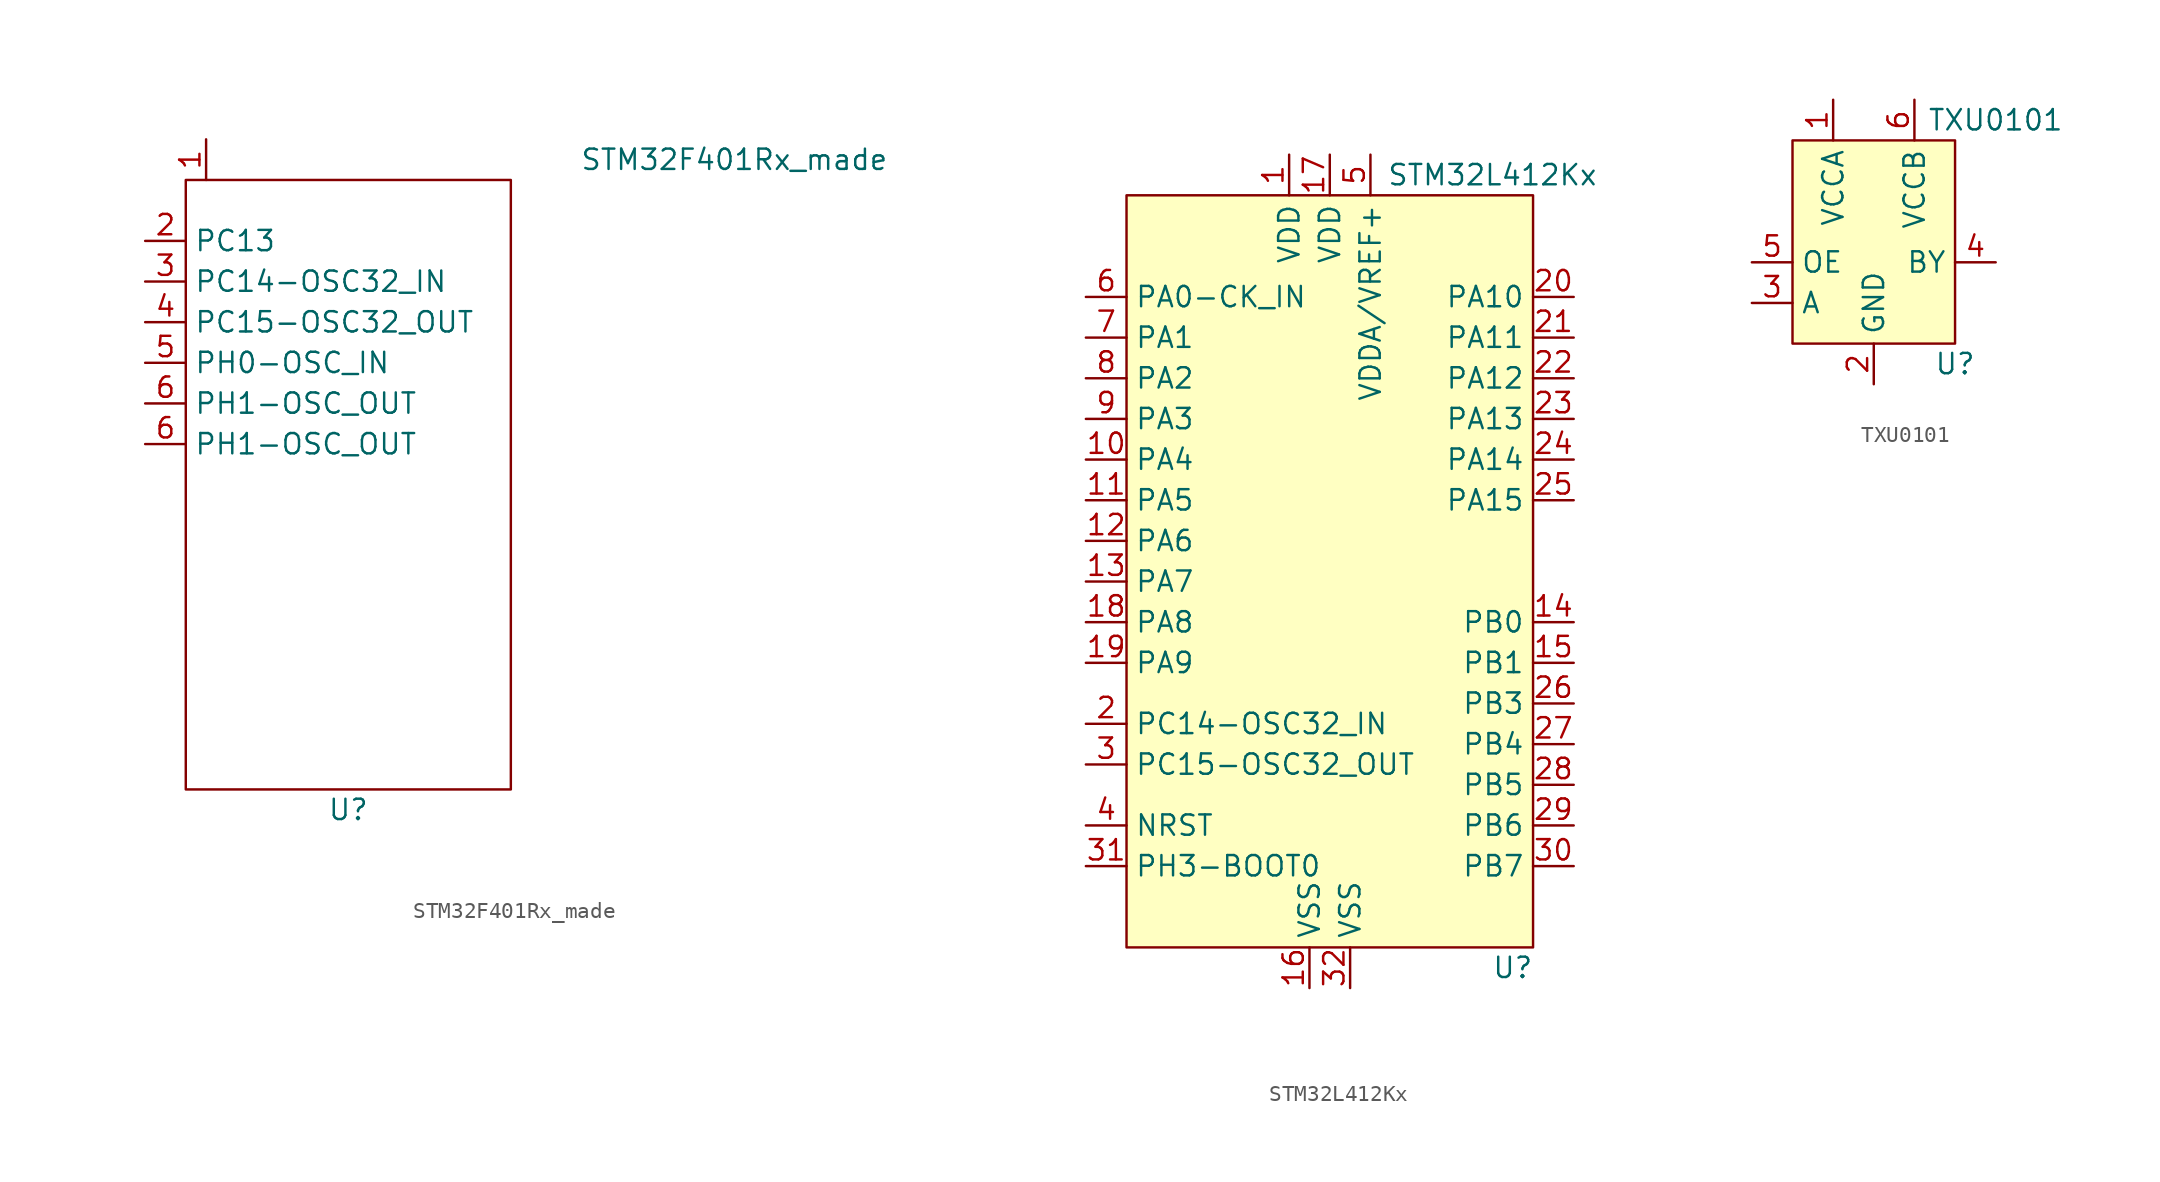
<source format=kicad_sym>
(kicad_symbol_lib
  (version 20211014)
  (generator kicad_symbol_editor)
  (symbol "STM32F401Rx_made"
    (property "Reference" "U"
      (at 0 -19.05 0)
      (effects (font (size 1.27 1.27))))
    (property "Value" "STM32F401Rx_made"
      (at 24.13 21.59 0)
      (effects (font (size 1.27 1.27))))
    (symbol "STM32F401Rx_made_0_1"
      (rectangle (start -10.16 20.32) (end 10.16 -17.78) (stroke (width 0) (type default) (color 0 0 0 0)) (fill (type none))))
    (symbol "STM32F401Rx_made_1_1"
      (pin power_in line (at -8.89 22.86 270) (length 2.54) (name "" (effects (font (size 1.27 1.27)))) (number "1" (effects (font (size 1.27 1.27)))))
      (pin bidirectional line (at -12.7 16.51 0) (length 2.54) (name "PC13" (effects (font (size 1.27 1.27)))) (number "2" (effects (font (size 1.27 1.27)))))
      (pin bidirectional line (at -12.7 13.97 0) (length 2.54) (name "PC14-OSC32_IN" (effects (font (size 1.27 1.27)))) (number "3" (effects (font (size 1.27 1.27)))))
      (pin bidirectional line (at -12.7 11.43 0) (length 2.54) (name "PC15-OSC32_OUT" (effects (font (size 1.27 1.27)))) (number "4" (effects (font (size 1.27 1.27)))))
      (pin bidirectional line (at -12.7 8.89 0) (length 2.54) (name "PH0-OSC_IN" (effects (font (size 1.27 1.27)))) (number "5" (effects (font (size 1.27 1.27)))))
      (pin bidirectional line (at -12.7 3.81 0) (length 2.54) (name "PH1-OSC_OUT" (effects (font (size 1.27 1.27)))) (number "6" (effects (font (size 1.27 1.27)))))
      (pin bidirectional line (at -12.7 6.35 0) (length 2.54) (name "PH1-OSC_OUT" (effects (font (size 1.27 1.27)))) (number "6" (effects (font (size 1.27 1.27)))))))
  (symbol "STM32L412Kx"
    (property "Reference" "U"
      (at 11.43 -26.67 0)
      (effects (font (size 1.27 1.27))))
    (property "Value" "STM32L412Kx"
      (at 10.16 22.86 0)
      (effects (font (size 1.27 1.27))))
    (symbol "STM32L412Kx_0_1"
      (rectangle (start -12.7 21.59) (end 12.7 -25.4) (stroke (width 0) (type default) (color 0 0 0 0)) (fill (type background))))
    (symbol "STM32L412Kx_1_1"
      (pin power_in line (at -2.54 24.13 270) (length 2.54) (name "VDD" (effects (font (size 1.27 1.27)))) (number "1" (effects (font (size 1.27 1.27)))))
      (pin bidirectional line (at -15.24 5.08 0) (length 2.54) (name "PA4" (effects (font (size 1.27 1.27)))) (number "10" (effects (font (size 1.27 1.27)))))
      (pin bidirectional line (at -15.24 2.54 0) (length 2.54) (name "PA5" (effects (font (size 1.27 1.27)))) (number "11" (effects (font (size 1.27 1.27)))))
      (pin bidirectional line (at -15.24 0 0) (length 2.54) (name "PA6" (effects (font (size 1.27 1.27)))) (number "12" (effects (font (size 1.27 1.27)))))
      (pin bidirectional line (at -15.24 -2.54 0) (length 2.54) (name "PA7" (effects (font (size 1.27 1.27)))) (number "13" (effects (font (size 1.27 1.27)))))
      (pin bidirectional line (at 15.24 -5.08 180) (length 2.54) (name "PB0" (effects (font (size 1.27 1.27)))) (number "14" (effects (font (size 1.27 1.27)))))
      (pin bidirectional line (at 15.24 -7.62 180) (length 2.54) (name "PB1" (effects (font (size 1.27 1.27)))) (number "15" (effects (font (size 1.27 1.27)))))
      (pin power_in line (at -1.27 -27.94 90) (length 2.54) (name "VSS" (effects (font (size 1.27 1.27)))) (number "16" (effects (font (size 1.27 1.27)))))
      (pin power_in line (at 0 24.13 270) (length 2.54) (name "VDD" (effects (font (size 1.27 1.27)))) (number "17" (effects (font (size 1.27 1.27)))))
      (pin bidirectional line (at -15.24 -5.08 0) (length 2.54) (name "PA8" (effects (font (size 1.27 1.27)))) (number "18" (effects (font (size 1.27 1.27)))))
      (pin bidirectional line (at -15.24 -7.62 0) (length 2.54) (name "PA9" (effects (font (size 1.27 1.27)))) (number "19" (effects (font (size 1.27 1.27)))))
      (pin input line (at -15.24 -11.43 0) (length 2.54) (name "PC14-OSC32_IN" (effects (font (size 1.27 1.27)))) (number "2" (effects (font (size 1.27 1.27)))))
      (pin bidirectional line (at 15.24 15.24 180) (length 2.54) (name "PA10" (effects (font (size 1.27 1.27)))) (number "20" (effects (font (size 1.27 1.27)))))
      (pin bidirectional line (at 15.24 12.7 180) (length 2.54) (name "PA11" (effects (font (size 1.27 1.27)))) (number "21" (effects (font (size 1.27 1.27)))))
      (pin bidirectional line (at 15.24 10.16 180) (length 2.54) (name "PA12" (effects (font (size 1.27 1.27)))) (number "22" (effects (font (size 1.27 1.27)))))
      (pin bidirectional line (at 15.24 7.62 180) (length 2.54) (name "PA13" (effects (font (size 1.27 1.27)))) (number "23" (effects (font (size 1.27 1.27)))))
      (pin bidirectional line (at 15.24 5.08 180) (length 2.54) (name "PA14" (effects (font (size 1.27 1.27)))) (number "24" (effects (font (size 1.27 1.27)))))
      (pin bidirectional line (at 15.24 2.54 180) (length 2.54) (name "PA15" (effects (font (size 1.27 1.27)))) (number "25" (effects (font (size 1.27 1.27)))))
      (pin bidirectional line (at 15.24 -10.16 180) (length 2.54) (name "PB3" (effects (font (size 1.27 1.27)))) (number "26" (effects (font (size 1.27 1.27)))))
      (pin bidirectional line (at 15.24 -12.7 180) (length 2.54) (name "PB4" (effects (font (size 1.27 1.27)))) (number "27" (effects (font (size 1.27 1.27)))))
      (pin bidirectional line (at 15.24 -15.24 180) (length 2.54) (name "PB5" (effects (font (size 1.27 1.27)))) (number "28" (effects (font (size 1.27 1.27)))))
      (pin bidirectional line (at 15.24 -17.78 180) (length 2.54) (name "PB6" (effects (font (size 1.27 1.27)))) (number "29" (effects (font (size 1.27 1.27)))))
      (pin output line (at -15.24 -13.97 0) (length 2.54) (name "PC15-OSC32_OUT" (effects (font (size 1.27 1.27)))) (number "3" (effects (font (size 1.27 1.27)))))
      (pin bidirectional line (at 15.24 -20.32 180) (length 2.54) (name "PB7" (effects (font (size 1.27 1.27)))) (number "30" (effects (font (size 1.27 1.27)))))
      (pin input line (at -15.24 -20.32 0) (length 2.54) (name "PH3-BOOT0" (effects (font (size 1.27 1.27)))) (number "31" (effects (font (size 1.27 1.27)))))
      (pin power_in line (at 1.27 -27.94 90) (length 2.54) (name "VSS" (effects (font (size 1.27 1.27)))) (number "32" (effects (font (size 1.27 1.27)))))
      (pin input line (at -15.24 -17.78 0) (length 2.54) (name "NRST" (effects (font (size 1.27 1.27)))) (number "4" (effects (font (size 1.27 1.27)))))
      (pin power_in line (at 2.54 24.13 270) (length 2.54) (name "VDDA/VREF+" (effects (font (size 1.27 1.27)))) (number "5" (effects (font (size 1.27 1.27)))))
      (pin bidirectional line (at -15.24 15.24 0) (length 2.54) (name "PA0-CK_IN" (effects (font (size 1.27 1.27)))) (number "6" (effects (font (size 1.27 1.27)))))
      (pin bidirectional line (at -15.24 12.7 0) (length 2.54) (name "PA1" (effects (font (size 1.27 1.27)))) (number "7" (effects (font (size 1.27 1.27)))))
      (pin bidirectional line (at -15.24 10.16 0) (length 2.54) (name "PA2" (effects (font (size 1.27 1.27)))) (number "8" (effects (font (size 1.27 1.27)))))
      (pin bidirectional line (at -15.24 7.62 0) (length 2.54) (name "PA3" (effects (font (size 1.27 1.27)))) (number "9" (effects (font (size 1.27 1.27)))))))
  (symbol "TXU0101"
    (property "Reference" "U"
      (at 5.08 -7.62 0)
      (effects (font (size 1.27 1.27))))
    (property "Value" "TXU0101"
      (at 7.62 7.62 0)
      (effects (font (size 1.27 1.27))))
    (symbol "TXU0101_0_1"
      (rectangle (start -5.08 6.35) (end 5.08 -6.35) (stroke (width 0) (type default) (color 0 0 0 0)) (fill (type background))))
    (symbol "TXU0101_1_1"
      (pin power_in line (at -2.54 8.89 270) (length 2.54) (name "VCCA" (effects (font (size 1.27 1.27)))) (number "1" (effects (font (size 1.27 1.27)))))
      (pin power_in line (at 0 -8.89 90) (length 2.54) (name "GND" (effects (font (size 1.27 1.27)))) (number "2" (effects (font (size 1.27 1.27)))))
      (pin input line (at -7.62 -3.81 0) (length 2.54) (name "A" (effects (font (size 1.27 1.27)))) (number "3" (effects (font (size 1.27 1.27)))))
      (pin output line (at 7.62 -1.27 180) (length 2.54) (name "BY" (effects (font (size 1.27 1.27)))) (number "4" (effects (font (size 1.27 1.27)))))
      (pin input line (at -7.62 -1.27 0) (length 2.54) (name "OE" (effects (font (size 1.27 1.27)))) (number "5" (effects (font (size 1.27 1.27)))))
      (pin power_in line (at 2.54 8.89 270) (length 2.54) (name "VCCB" (effects (font (size 1.27 1.27)))) (number "6" (effects (font (size 1.27 1.27))))))))
</source>
